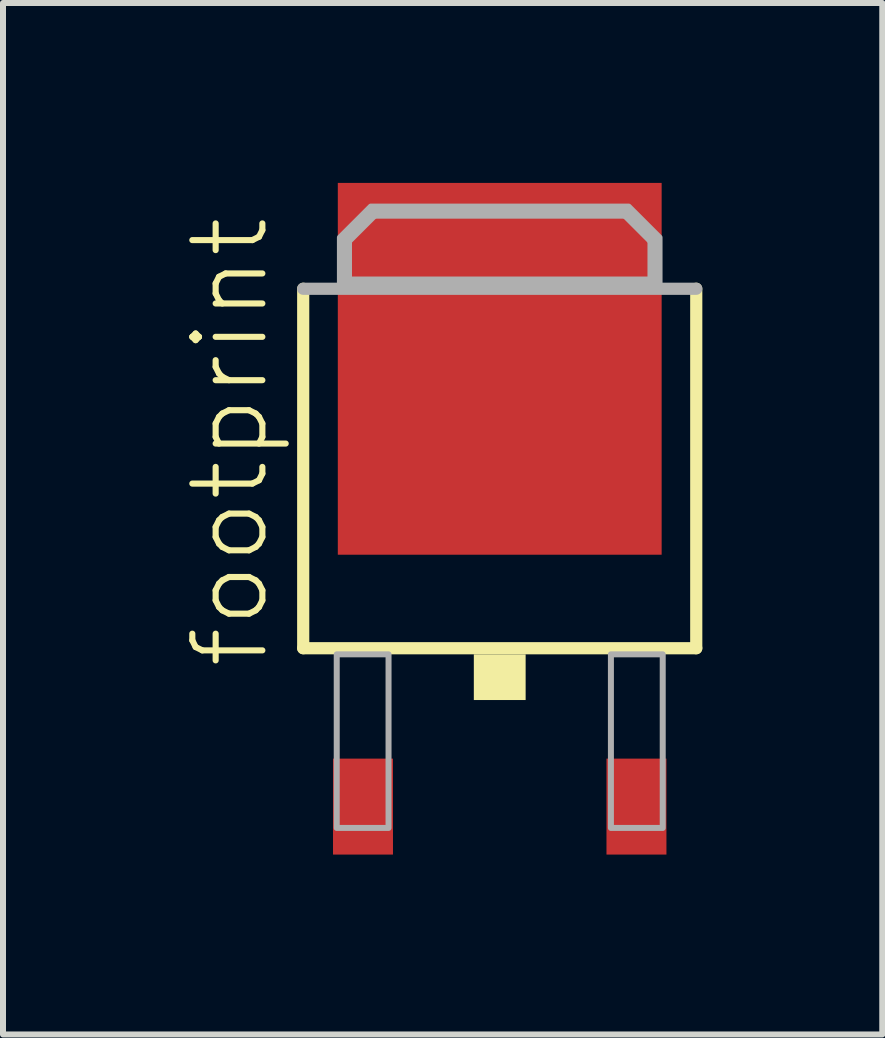
<source format=kicad_pcb>
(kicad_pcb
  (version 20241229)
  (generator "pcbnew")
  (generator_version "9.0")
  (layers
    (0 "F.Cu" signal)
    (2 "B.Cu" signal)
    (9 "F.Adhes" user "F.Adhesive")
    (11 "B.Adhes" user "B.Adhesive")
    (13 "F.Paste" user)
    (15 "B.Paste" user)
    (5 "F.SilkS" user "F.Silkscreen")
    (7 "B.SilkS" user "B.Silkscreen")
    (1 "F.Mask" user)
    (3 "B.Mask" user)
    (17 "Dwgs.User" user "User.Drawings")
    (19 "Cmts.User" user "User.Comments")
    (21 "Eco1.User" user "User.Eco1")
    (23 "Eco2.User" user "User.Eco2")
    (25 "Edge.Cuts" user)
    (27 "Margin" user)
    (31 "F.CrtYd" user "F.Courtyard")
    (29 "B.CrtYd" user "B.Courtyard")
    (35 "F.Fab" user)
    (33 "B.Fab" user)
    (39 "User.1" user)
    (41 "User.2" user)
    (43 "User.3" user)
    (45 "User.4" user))
  (footprint "footprint"
    (layer "F.Cu")
    (at 5.283 5.6)
    (property "Reference" "footprint" (at -3.81 2.54 90) (layer "F.SilkS") (effects (font (size 1.168 1.168) (thickness 0.102)) (justify left bottom)))
    (fp_line (start -3.277 2.159) (end -3.277 -3.835) (stroke (width 0.203) (type solid)) (layer "F.SilkS"))
    (fp_line (start 3.277 -3.835) (end 3.277 2.159) (stroke (width 0.203) (type solid)) (layer "F.SilkS"))
    (fp_line (start 3.277 2.159) (end -3.277 2.159) (stroke (width 0.203) (type solid)) (layer "F.SilkS"))
    (fp_poly (pts (xy -0.432 3.023) (xy 0.432 3.023) (xy 0.432 2.261) (xy -0.432 2.261)) (stroke (width 0) (type solid)) (fill yes) (layer "F.SilkS"))
    (fp_line (start -3.277 -3.835) (end 3.277 -3.835) (stroke (width 0.203) (type solid)) (layer "F.Fab"))
    (fp_line (start -2.565 -4.648) (end -2.108 -5.105) (stroke (width 0.203) (type solid)) (layer "F.Fab"))
    (fp_line (start -2.565 -3.937) (end -2.565 -4.648) (stroke (width 0.203) (type solid)) (layer "F.Fab"))
    (fp_line (start -2.108 -5.105) (end 2.108 -5.105) (stroke (width 0.203) (type solid)) (layer "F.Fab"))
    (fp_line (start 2.108 -5.105) (end 2.565 -4.648) (stroke (width 0.203) (type solid)) (layer "F.Fab"))
    (fp_line (start 2.565 -4.648) (end 2.565 -3.937) (stroke (width 0.203) (type solid)) (layer "F.Fab"))
    (fp_line (start 2.565 -3.937) (end -2.565 -3.937) (stroke (width 0.203) (type solid)) (layer "F.Fab"))
    (fp_poly (pts (xy -2.718 5.156) (xy -1.854 5.156) (xy -1.854 2.261) (xy -2.718 2.261)) (stroke (width 0.1) (type solid)) (fill no) (layer "F.Fab"))
    (fp_poly (pts (xy 1.854 5.156) (xy 2.718 5.156) (xy 2.718 2.261) (xy 1.854 2.261)) (stroke (width 0.1) (type solid)) (fill no) (layer "F.Fab"))
    (fp_poly (pts (xy 2.665 -4.69) (xy 2.665 -3.837) (xy -2.665 -3.837) (xy -2.665 -4.69) (xy -2.15 -5.205) (xy 2.15 -5.205)) (stroke (width 0.1) (type solid)) (fill no) (layer "F.Fab"))
    (pad "G" smd rect (at 2.28 4.8) (size 1 1.6) (layers "F.Cu" "F.Mask" "F.Paste"))
    (pad "MT1" smd rect (at -2.28 4.8) (size 1 1.6) (layers "F.Cu" "F.Mask" "F.Paste"))
    (pad "MT2" smd rect (at 0 -2.5) (size 5.4 6.2) (layers "F.Cu" "F.Mask" "F.Paste")))
  (gr_rect
    (start -3 -3)
    (end 11.662 14.2)
    (stroke (width 0.1) (type default))
    (fill no)
    (layer "Edge.Cuts")))
</source>
